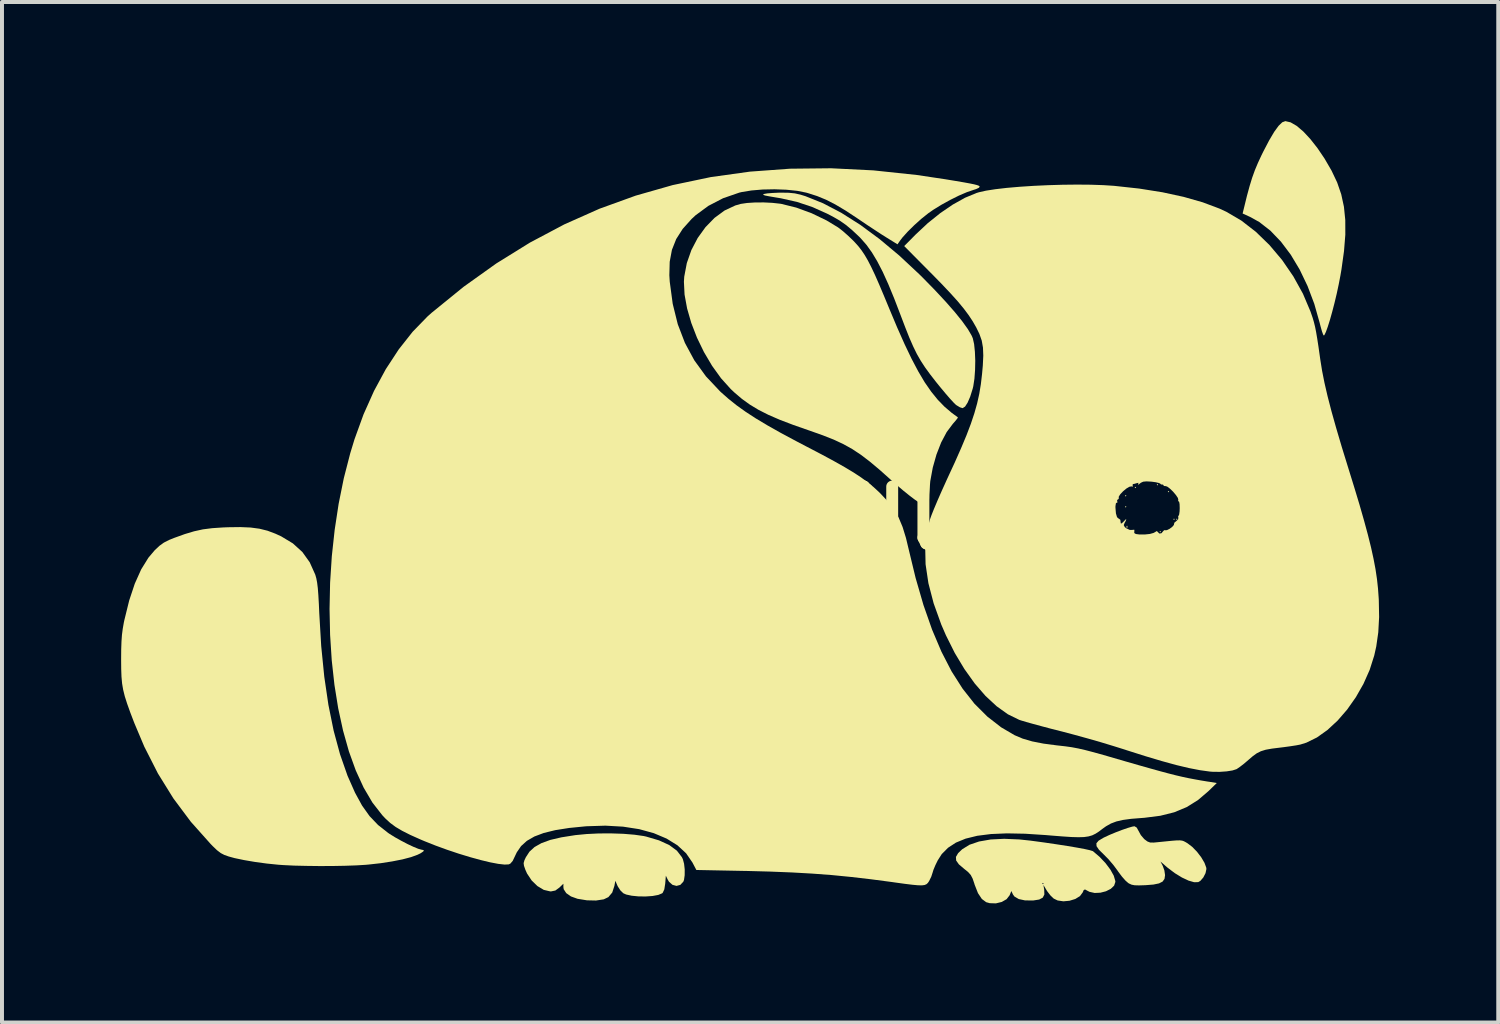
<source format=kicad_pcb>
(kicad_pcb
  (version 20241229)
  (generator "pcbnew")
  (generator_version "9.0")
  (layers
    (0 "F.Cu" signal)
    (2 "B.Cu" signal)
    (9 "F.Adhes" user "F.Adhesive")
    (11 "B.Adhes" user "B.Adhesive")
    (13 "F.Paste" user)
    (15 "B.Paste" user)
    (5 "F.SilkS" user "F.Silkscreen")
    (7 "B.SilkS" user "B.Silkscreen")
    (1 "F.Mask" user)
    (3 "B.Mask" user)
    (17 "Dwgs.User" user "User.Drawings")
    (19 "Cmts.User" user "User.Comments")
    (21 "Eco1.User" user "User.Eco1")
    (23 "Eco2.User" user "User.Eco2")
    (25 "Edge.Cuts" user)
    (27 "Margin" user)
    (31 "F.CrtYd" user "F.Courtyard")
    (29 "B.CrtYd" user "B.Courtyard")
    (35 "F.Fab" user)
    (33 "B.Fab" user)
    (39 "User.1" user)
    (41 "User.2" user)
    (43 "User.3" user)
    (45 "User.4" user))
  (footprint "chinchilla"
    (layer "F.Cu")
    (at 16.487 10.024)
    (property "Reference" "chinchilla" (at 0 0 0) (layer "F.SilkS") (effects (font (size 1.5 1.5) (thickness 0.3))))
    (attr board_only exclude_from_pos_files exclude_from_bom)
    (fp_poly (pts (xy 8.826 -0.591) (xy 8.808 -0.573) (xy 8.791 -0.591) (xy 8.808 -0.608)) (stroke (width 0) (type solid)) (fill yes) (layer "F.SilkS"))
    (fp_poly (pts (xy 8.826 -0.313) (xy 8.808 -0.295) (xy 8.791 -0.313) (xy 8.808 -0.33)) (stroke (width 0) (type solid)) (fill yes) (layer "F.SilkS"))
    (fp_poly (pts (xy 9.069 -0.799) (xy 9.052 -0.782) (xy 9.034 -0.799) (xy 9.052 -0.817)) (stroke (width 0) (type solid)) (fill yes) (layer "F.SilkS"))
    (fp_poly (pts (xy 9.625 -0.869) (xy 9.608 -0.851) (xy 9.59 -0.869) (xy 9.608 -0.886)) (stroke (width 0) (type solid)) (fill yes) (layer "F.SilkS"))
    (fp_poly (pts (xy 9.694 0.313) (xy 9.677 0.33) (xy 9.66 0.313) (xy 9.677 0.295)) (stroke (width 0) (type solid)) (fill yes) (layer "F.SilkS"))
    (fp_poly (pts (xy 9.903 -0.695) (xy 9.885 -0.678) (xy 9.868 -0.695) (xy 9.885 -0.712)) (stroke (width 0) (type solid)) (fill yes) (layer "F.SilkS"))
    (fp_poly (pts (xy 10.042 0) (xy 10.024 0.017) (xy 10.007 0) (xy 10.024 -0.017)) (stroke (width 0) (type solid)) (fill yes) (layer "F.SilkS"))
    (fp_poly (pts (xy 10.111 0) (xy 10.094 0.017) (xy 10.077 0) (xy 10.094 -0.017)) (stroke (width 0) (type solid)) (fill yes) (layer "F.SilkS"))
    (fp_poly (pts (xy 8.849 0.168) (xy 8.853 0.209) (xy 8.849 0.214) (xy 8.828 0.21) (xy 8.826 0.191) (xy 8.838 0.163)) (stroke (width 0) (type solid)) (fill yes) (layer "F.SilkS"))
    (fp_poly (pts (xy 12.961 -9.993) (xy 13.114 -9.904) (xy 13.281 -9.762) (xy 13.457 -9.573) (xy 13.637 -9.344) (xy 13.815 -9.081) (xy 13.984 -8.79) (xy 13.993 -8.774) (xy 14.132 -8.481) (xy 14.235 -8.182) (xy 14.303 -7.869) (xy 14.337 -7.533) (xy 14.338 -7.163) (xy 14.305 -6.752) (xy 14.241 -6.291) (xy 14.214 -6.133) (xy 14.171 -5.91) (xy 14.121 -5.677) (xy 14.065 -5.443) (xy 14.007 -5.22) (xy 13.95 -5.017) (xy 13.896 -4.846) (xy 13.849 -4.716) (xy 13.812 -4.639) (xy 13.798 -4.624) (xy 13.78 -4.648) (xy 13.751 -4.727) (xy 13.717 -4.847) (xy 13.692 -4.945) (xy 13.557 -5.422) (xy 13.387 -5.872) (xy 13.188 -6.287) (xy 12.963 -6.662) (xy 12.716 -6.99) (xy 12.451 -7.266) (xy 12.171 -7.484) (xy 11.942 -7.611) (xy 11.752 -7.698) (xy 11.788 -7.845) (xy 11.861 -8.143) (xy 11.928 -8.389) (xy 11.992 -8.598) (xy 12.06 -8.787) (xy 12.137 -8.971) (xy 12.228 -9.167) (xy 12.274 -9.26) (xy 12.42 -9.539) (xy 12.547 -9.754) (xy 12.657 -9.905) (xy 12.75 -9.995) (xy 12.828 -10.024) (xy 12.829 -10.024)) (stroke (width 0) (type solid)) (fill yes) (layer "F.SilkS"))
    (fp_poly (pts (xy 9.085 7.764) (xy 9.133 7.851) (xy 9.19 7.955) (xy 9.273 8.052) (xy 9.286 8.063) (xy 9.356 8.115) (xy 9.422 8.14) (xy 9.51 8.142) (xy 9.597 8.134) (xy 9.816 8.112) (xy 9.977 8.096) (xy 10.092 8.087) (xy 10.172 8.086) (xy 10.229 8.093) (xy 10.273 8.108) (xy 10.318 8.132) (xy 10.362 8.158) (xy 10.482 8.249) (xy 10.603 8.373) (xy 10.71 8.513) (xy 10.792 8.652) (xy 10.836 8.772) (xy 10.84 8.808) (xy 10.818 8.912) (xy 10.762 9.021) (xy 10.688 9.106) (xy 10.634 9.138) (xy 10.53 9.14) (xy 10.389 9.099) (xy 10.223 9.021) (xy 10.045 8.912) (xy 9.866 8.777) (xy 9.817 8.735) (xy 9.684 8.619) (xy 9.741 8.729) (xy 9.782 8.844) (xy 9.799 8.962) (xy 9.785 9.056) (xy 9.737 9.124) (xy 9.647 9.17) (xy 9.506 9.199) (xy 9.304 9.215) (xy 9.302 9.215) (xy 9.142 9.22) (xy 9.033 9.217) (xy 8.956 9.202) (xy 8.893 9.173) (xy 8.874 9.162) (xy 8.803 9.1) (xy 8.714 8.999) (xy 8.623 8.878) (xy 8.608 8.855) (xy 8.501 8.711) (xy 8.374 8.561) (xy 8.255 8.441) (xy 8.135 8.323) (xy 8.074 8.233) (xy 8.07 8.16) (xy 8.125 8.095) (xy 8.238 8.026) (xy 8.261 8.014) (xy 8.398 7.95) (xy 8.554 7.885) (xy 8.713 7.824) (xy 8.858 7.774) (xy 8.971 7.741) (xy 9.029 7.731)) (stroke (width 0) (type solid)) (fill yes) (layer "F.SilkS"))
    (fp_poly (pts (xy -3.84 7.921) (xy -3.562 7.944) (xy -3.33 7.977) (xy -3.266 7.991) (xy -2.944 8.086) (xy -2.686 8.204) (xy -2.493 8.346) (xy -2.367 8.51) (xy -2.343 8.559) (xy -2.312 8.675) (xy -2.296 8.819) (xy -2.297 8.964) (xy -2.314 9.083) (xy -2.33 9.125) (xy -2.406 9.207) (xy -2.503 9.233) (xy -2.604 9.206) (xy -2.692 9.128) (xy -2.721 9.079) (xy -2.771 8.976) (xy -2.787 9.175) (xy -2.81 9.321) (xy -2.85 9.406) (xy -2.865 9.42) (xy -2.961 9.46) (xy -3.106 9.487) (xy -3.279 9.499) (xy -3.46 9.497) (xy -3.631 9.48) (xy -3.77 9.45) (xy -3.842 9.418) (xy -3.916 9.346) (xy -3.98 9.247) (xy -3.988 9.231) (xy -4.043 9.104) (xy -4.066 9.231) (xy -4.121 9.4) (xy -4.218 9.515) (xy -4.334 9.571) (xy -4.529 9.601) (xy -4.757 9.596) (xy -4.991 9.558) (xy -4.996 9.557) (xy -5.16 9.498) (xy -5.279 9.415) (xy -5.343 9.317) (xy -5.351 9.265) (xy -5.351 9.178) (xy -5.454 9.277) (xy -5.553 9.349) (xy -5.659 9.371) (xy -5.683 9.371) (xy -5.845 9.333) (xy -6.005 9.237) (xy -6.15 9.096) (xy -6.266 8.921) (xy -6.308 8.827) (xy -6.343 8.727) (xy -6.352 8.659) (xy -6.332 8.588) (xy -6.296 8.511) (xy -6.205 8.371) (xy -6.076 8.253) (xy -5.903 8.156) (xy -5.681 8.075) (xy -5.402 8.01) (xy -5.06 7.956) (xy -5.047 7.954) (xy -4.766 7.927) (xy -4.46 7.912) (xy -4.145 7.911)) (stroke (width 0) (type solid)) (fill yes) (layer "F.SilkS"))
    (fp_poly (pts (xy 0.325 -8.22) (xy 0.475 -8.205) (xy 0.618 -8.173) (xy 0.747 -8.133) (xy 1.187 -7.956) (xy 1.646 -7.716) (xy 2.121 -7.415) (xy 2.609 -7.055) (xy 3.107 -6.639) (xy 3.611 -6.168) (xy 3.7 -6.08) (xy 4.004 -5.769) (xy 4.273 -5.48) (xy 4.504 -5.217) (xy 4.692 -4.984) (xy 4.834 -4.786) (xy 4.928 -4.625) (xy 4.958 -4.556) (xy 4.991 -4.409) (xy 5.011 -4.215) (xy 5.02 -3.992) (xy 5.015 -3.759) (xy 4.999 -3.538) (xy 4.97 -3.348) (xy 4.955 -3.286) (xy 4.893 -3.088) (xy 4.827 -2.935) (xy 4.763 -2.836) (xy 4.704 -2.798) (xy 4.699 -2.798) (xy 4.634 -2.818) (xy 4.549 -2.869) (xy 4.529 -2.884) (xy 4.472 -2.94) (xy 4.381 -3.039) (xy 4.267 -3.171) (xy 4.138 -3.326) (xy 4.031 -3.458) (xy 3.882 -3.65) (xy 3.756 -3.823) (xy 3.648 -3.989) (xy 3.55 -4.16) (xy 3.457 -4.35) (xy 3.361 -4.569) (xy 3.257 -4.831) (xy 3.145 -5.125) (xy 2.981 -5.553) (xy 2.83 -5.919) (xy 2.688 -6.232) (xy 2.551 -6.496) (xy 2.417 -6.719) (xy 2.281 -6.908) (xy 2.14 -7.069) (xy 2.096 -7.114) (xy 1.918 -7.281) (xy 1.762 -7.411) (xy 1.607 -7.519) (xy 1.429 -7.622) (xy 1.286 -7.696) (xy 0.91 -7.864) (xy 0.531 -7.99) (xy 0.121 -8.082) (xy -0.000118 -8.102) (xy -0.165 -8.13) (xy -0.269 -8.15) (xy -0.317 -8.167) (xy -0.318 -8.181) (xy -0.29 -8.192) (xy -0.212 -8.205) (xy -0.086 -8.215) (xy 0.066 -8.222) (xy 0.139 -8.223)) (stroke (width 0) (type solid)) (fill yes) (layer "F.SilkS"))
    (fp_poly (pts (xy 6.129 8.063) (xy 6.411 8.093) (xy 6.751 8.139) (xy 7.064 8.185) (xy 7.341 8.228) (xy 7.578 8.268) (xy 7.767 8.303) (xy 7.903 8.333) (xy 7.977 8.356) (xy 7.986 8.361) (xy 8.152 8.503) (xy 8.301 8.661) (xy 8.423 8.824) (xy 8.508 8.977) (xy 8.546 9.108) (xy 8.548 9.132) (xy 8.516 9.227) (xy 8.432 9.307) (xy 8.311 9.368) (xy 8.171 9.404) (xy 8.027 9.411) (xy 7.896 9.382) (xy 7.842 9.354) (xy 7.783 9.322) (xy 7.75 9.339) (xy 7.726 9.396) (xy 7.656 9.49) (xy 7.539 9.562) (xy 7.393 9.607) (xy 7.239 9.621) (xy 7.095 9.6) (xy 6.995 9.552) (xy 6.914 9.474) (xy 6.834 9.371) (xy 6.817 9.344) (xy 6.736 9.208) (xy 6.756 9.331) (xy 6.76 9.449) (xy 6.72 9.528) (xy 6.63 9.576) (xy 6.48 9.6) (xy 6.471 9.6) (xy 6.273 9.598) (xy 6.115 9.564) (xy 6.006 9.5) (xy 5.968 9.447) (xy 5.929 9.362) (xy 5.885 9.469) (xy 5.809 9.567) (xy 5.687 9.637) (xy 5.539 9.673) (xy 5.385 9.668) (xy 5.295 9.643) (xy 5.186 9.562) (xy 5.088 9.415) (xy 5.004 9.201) (xy 4.999 9.183) (xy 4.996 9.173) (xy 6.706 9.173) (xy 6.724 9.191) (xy 6.741 9.173) (xy 6.724 9.156) (xy 6.706 9.173) (xy 4.996 9.173) (xy 4.954 9.05) (xy 4.907 8.959) (xy 4.841 8.885) (xy 4.74 8.803) (xy 4.608 8.691) (xy 4.539 8.594) (xy 4.533 8.503) (xy 4.588 8.409) (xy 4.69 8.311) (xy 4.874 8.197) (xy 5.115 8.115) (xy 5.408 8.064) (xy 5.748 8.047)) (stroke (width 0) (type solid)) (fill yes) (layer "F.SilkS"))
    (fp_poly (pts (xy -0.085 -7.966) (xy 0.105 -7.945) (xy 0.137 -7.94) (xy 0.512 -7.847) (xy 0.899 -7.705) (xy 1.273 -7.525) (xy 1.564 -7.349) (xy 1.677 -7.262) (xy 1.812 -7.144) (xy 1.946 -7.016) (xy 1.99 -6.97) (xy 2.077 -6.873) (xy 2.157 -6.77) (xy 2.235 -6.654) (xy 2.315 -6.517) (xy 2.4 -6.352) (xy 2.495 -6.151) (xy 2.602 -5.907) (xy 2.727 -5.611) (xy 2.849 -5.316) (xy 3.052 -4.832) (xy 3.24 -4.409) (xy 3.416 -4.041) (xy 3.584 -3.723) (xy 3.747 -3.448) (xy 3.91 -3.213) (xy 4.075 -3.009) (xy 4.246 -2.833) (xy 4.428 -2.678) (xy 4.583 -2.565) (xy 4.569 -2.537) (xy 4.518 -2.473) (xy 4.455 -2.401) (xy 4.3 -2.194) (xy 4.161 -1.932) (xy 4.043 -1.629) (xy 3.95 -1.3) (xy 3.887 -0.958) (xy 3.859 -0.616) (xy 3.857 -0.53) (xy 3.851 -0.417) (xy 3.83 -0.352) (xy 3.783 -0.333) (xy 3.704 -0.36) (xy 3.585 -0.433) (xy 3.489 -0.5) (xy 3.369 -0.591) (xy 3.217 -0.713) (xy 3.053 -0.852) (xy 2.896 -0.991) (xy 2.891 -0.995) (xy 2.611 -1.245) (xy 2.364 -1.452) (xy 2.138 -1.624) (xy 1.92 -1.768) (xy 1.697 -1.892) (xy 1.455 -2.005) (xy 1.181 -2.113) (xy 0.863 -2.226) (xy 0.833 -2.236) (xy 0.436 -2.375) (xy 0.098 -2.504) (xy -0.19 -2.629) (xy -0.439 -2.755) (xy -0.657 -2.887) (xy -0.854 -3.029) (xy -1.039 -3.186) (xy -1.136 -3.277) (xy -1.381 -3.549) (xy -1.607 -3.863) (xy -1.811 -4.208) (xy -1.987 -4.571) (xy -2.13 -4.941) (xy -2.236 -5.307) (xy -2.3 -5.657) (xy -2.316 -5.979) (xy -2.308 -6.107) (xy -2.243 -6.45) (xy -2.128 -6.778) (xy -1.969 -7.082) (xy -1.772 -7.355) (xy -1.545 -7.588) (xy -1.293 -7.773) (xy -1.023 -7.9) (xy -0.884 -7.94) (xy -0.727 -7.963) (xy -0.526 -7.976) (xy -0.304 -7.977)) (stroke (width 0) (type solid)) (fill yes) (layer "F.SilkS"))
    (fp_poly (pts (xy -13.226 0.209) (xy -13.004 0.239) (xy -12.802 0.289) (xy -12.603 0.364) (xy -12.457 0.431) (xy -12.162 0.609) (xy -11.924 0.825) (xy -11.739 1.083) (xy -11.601 1.39) (xy -11.596 1.404) (xy -11.572 1.489) (xy -11.552 1.595) (xy -11.535 1.731) (xy -11.521 1.909) (xy -11.508 2.137) (xy -11.498 2.363) (xy -11.449 3.194) (xy -11.372 3.964) (xy -11.268 4.673) (xy -11.136 5.324) (xy -10.975 5.919) (xy -10.786 6.46) (xy -10.597 6.887) (xy -10.421 7.209) (xy -10.232 7.475) (xy -10.017 7.7) (xy -9.765 7.898) (xy -9.727 7.924) (xy -9.59 8.009) (xy -9.434 8.096) (xy -9.275 8.179) (xy -9.126 8.249) (xy -9.004 8.299) (xy -8.924 8.321) (xy -8.915 8.322) (xy -8.865 8.333) (xy -8.877 8.364) (xy -8.948 8.412) (xy -9.026 8.45) (xy -9.186 8.508) (xy -9.402 8.565) (xy -9.661 8.616) (xy -9.949 8.661) (xy -10.253 8.695) (xy -10.33 8.702) (xy -10.563 8.716) (xy -10.847 8.726) (xy -11.164 8.732) (xy -11.495 8.733) (xy -11.823 8.729) (xy -12.13 8.722) (xy -12.396 8.709) (xy -12.526 8.7) (xy -12.821 8.67) (xy -13.115 8.63) (xy -13.39 8.583) (xy -13.629 8.533) (xy -13.779 8.492) (xy -13.889 8.453) (xy -13.981 8.405) (xy -14.073 8.334) (xy -14.184 8.228) (xy -14.236 8.174) (xy -14.731 7.619) (xy -15.171 7.03) (xy -15.561 6.401) (xy -15.904 5.726) (xy -16.154 5.134) (xy -16.257 4.865) (xy -16.336 4.644) (xy -16.395 4.459) (xy -16.436 4.293) (xy -16.463 4.134) (xy -16.478 3.965) (xy -16.485 3.772) (xy -16.487 3.541) (xy -16.487 3.527) (xy -16.485 3.277) (xy -16.478 3.077) (xy -16.466 2.91) (xy -16.446 2.756) (xy -16.418 2.597) (xy -16.405 2.537) (xy -16.284 2.046) (xy -16.143 1.622) (xy -15.982 1.263) (xy -15.8 0.969) (xy -15.643 0.783) (xy -15.523 0.67) (xy -15.411 0.589) (xy -15.277 0.521) (xy -15.153 0.471) (xy -14.884 0.374) (xy -14.65 0.304) (xy -14.427 0.255) (xy -14.192 0.225) (xy -13.921 0.207) (xy -13.795 0.202) (xy -13.484 0.198)) (stroke (width 0) (type solid)) (fill yes) (layer "F.SilkS"))
    (fp_poly (pts (xy 2.454 -8.784) (xy 3.547 -8.668) (xy 4.256 -8.562) (xy 4.523 -8.518) (xy 4.728 -8.483) (xy 4.881 -8.455) (xy 4.989 -8.433) (xy 5.06 -8.415) (xy 5.103 -8.4) (xy 5.124 -8.385) (xy 5.132 -8.372) (xy 5.108 -8.344) (xy 5.036 -8.311) (xy 4.978 -8.293) (xy 4.813 -8.237) (xy 4.61 -8.15) (xy 4.389 -8.04) (xy 4.168 -7.918) (xy 3.965 -7.793) (xy 3.837 -7.704) (xy 3.662 -7.564) (xy 3.484 -7.404) (xy 3.319 -7.241) (xy 3.184 -7.091) (xy 3.119 -7.005) (xy 3.062 -6.922) (xy 2.79 -7.09) (xy 2.664 -7.169) (xy 2.499 -7.277) (xy 2.312 -7.4) (xy 2.122 -7.528) (xy 2.04 -7.584) (xy 1.751 -7.774) (xy 1.497 -7.925) (xy 1.265 -8.044) (xy 1.039 -8.137) (xy 0.805 -8.212) (xy 0.762 -8.224) (xy 0.536 -8.269) (xy 0.263 -8.297) (xy -0.034 -8.308) (xy -0.334 -8.302) (xy -0.617 -8.278) (xy -0.861 -8.238) (xy -0.921 -8.224) (xy -1.331 -8.082) (xy -1.701 -7.89) (xy -2.024 -7.652) (xy -2.123 -7.56) (xy -2.347 -7.31) (xy -2.51 -7.055) (xy -2.618 -6.783) (xy -2.674 -6.483) (xy -2.683 -6.143) (xy -2.673 -5.981) (xy -2.598 -5.423) (xy -2.471 -4.91) (xy -2.29 -4.438) (xy -2.054 -4.001) (xy -1.761 -3.597) (xy -1.408 -3.222) (xy -1.377 -3.193) (xy -1.19 -3.028) (xy -0.988 -2.867) (xy -0.763 -2.706) (xy -0.508 -2.54) (xy -0.216 -2.365) (xy 0.121 -2.175) (xy 0.511 -1.966) (xy 0.782 -1.824) (xy 1.152 -1.631) (xy 1.465 -1.462) (xy 1.731 -1.312) (xy 1.956 -1.177) (xy 2.147 -1.051) (xy 2.312 -0.93) (xy 2.459 -0.81) (xy 2.594 -0.685) (xy 2.634 -0.646) (xy 2.822 -0.444) (xy 2.972 -0.247) (xy 3.092 -0.039) (xy 3.19 0.195) (xy 3.275 0.471) (xy 3.337 0.73) (xy 3.518 1.479) (xy 3.716 2.162) (xy 3.933 2.781) (xy 4.169 3.337) (xy 4.425 3.833) (xy 4.703 4.269) (xy 5.002 4.648) (xy 5.325 4.97) (xy 5.671 5.239) (xy 6.01 5.438) (xy 6.213 5.524) (xy 6.452 5.594) (xy 6.737 5.65) (xy 7.079 5.695) (xy 7.108 5.698) (xy 7.286 5.718) (xy 7.449 5.741) (xy 7.613 5.772) (xy 7.791 5.813) (xy 7.998 5.867) (xy 8.25 5.937) (xy 8.394 5.979) (xy 8.793 6.095) (xy 9.134 6.193) (xy 9.424 6.275) (xy 9.672 6.344) (xy 9.884 6.401) (xy 10.069 6.448) (xy 10.236 6.487) (xy 10.391 6.52) (xy 10.543 6.549) (xy 10.699 6.577) (xy 10.868 6.605) (xy 10.911 6.611) (xy 11.102 6.642) (xy 10.89 6.848) (xy 10.626 7.073) (xy 10.343 7.249) (xy 10.03 7.379) (xy 9.678 7.467) (xy 9.277 7.518) (xy 9.208 7.523) (xy 8.946 7.544) (xy 8.739 7.572) (xy 8.574 7.61) (xy 8.436 7.662) (xy 8.312 7.732) (xy 8.224 7.795) (xy 8.132 7.865) (xy 8.048 7.919) (xy 7.964 7.96) (xy 7.87 7.987) (xy 7.758 8.003) (xy 7.618 8.007) (xy 7.44 8.002) (xy 7.215 7.987) (xy 6.935 7.965) (xy 6.795 7.953) (xy 6.274 7.919) (xy 5.816 7.91) (xy 5.416 7.927) (xy 5.07 7.971) (xy 4.777 8.043) (xy 4.533 8.143) (xy 4.334 8.273) (xy 4.176 8.432) (xy 4.075 8.59) (xy 4.015 8.713) (xy 3.967 8.828) (xy 3.946 8.897) (xy 3.912 9.001) (xy 3.859 9.109) (xy 3.856 9.114) (xy 3.827 9.157) (xy 3.793 9.189) (xy 3.746 9.21) (xy 3.677 9.219) (xy 3.576 9.217) (xy 3.436 9.204) (xy 3.248 9.181) (xy 3.002 9.147) (xy 2.919 9.135) (xy 2.395 9.066) (xy 1.896 9.008) (xy 1.408 8.96) (xy 0.914 8.923) (xy 0.399 8.894) (xy -0.152 8.872) (xy -0.755 8.856) (xy -0.837 8.855) (xy -2.003 8.832) (xy -2.101 8.645) (xy -2.261 8.412) (xy -2.48 8.21) (xy -2.753 8.041) (xy -3.075 7.905) (xy -3.442 7.804) (xy -3.849 7.741) (xy -4.292 7.716) (xy -4.765 7.731) (xy -4.795 7.733) (xy -5.207 7.774) (xy -5.555 7.829) (xy -5.845 7.9) (xy -6.081 7.989) (xy -6.27 8.098) (xy -6.416 8.23) (xy -6.524 8.387) (xy -6.568 8.479) (xy -6.628 8.605) (xy -6.687 8.672) (xy -6.727 8.691) (xy -6.832 8.696) (xy -6.991 8.678) (xy -7.196 8.639) (xy -7.437 8.581) (xy -7.705 8.507) (xy -7.99 8.42) (xy -8.282 8.322) (xy -8.573 8.216) (xy -8.852 8.105) (xy -8.949 8.064) (xy -9.206 7.949) (xy -9.41 7.846) (xy -9.574 7.749) (xy -9.712 7.647) (xy -9.835 7.534) (xy -9.912 7.452) (xy -10.159 7.135) (xy -10.381 6.757) (xy -10.579 6.325) (xy -10.752 5.845) (xy -10.899 5.322) (xy -11.021 4.762) (xy -11.116 4.17) (xy -11.184 3.552) (xy -11.225 2.914) (xy -11.239 2.26) (xy -11.225 1.598) (xy -11.182 0.932) (xy -11.11 0.268) (xy -11.01 -0.389) (xy -10.88 -1.032) (xy -10.719 -1.657) (xy -10.61 -2.015) (xy -10.383 -2.641) (xy -10.119 -3.231) (xy -9.823 -3.778) (xy -9.497 -4.276) (xy -9.146 -4.721) (xy -8.773 -5.105) (xy -8.67 -5.197) (xy -7.864 -5.852) (xy -7.039 -6.441) (xy -6.194 -6.965) (xy -5.328 -7.424) (xy -4.44 -7.819) (xy -3.53 -8.148) (xy -2.597 -8.414) (xy -1.639 -8.615) (xy -0.656 -8.752) (xy 0.353 -8.826) (xy 1.39 -8.837)) (stroke (width 0) (type solid)) (fill yes) (layer "F.SilkS"))
    (fp_poly (pts (xy 7.929 -8.423) (xy 8.249 -8.412) (xy 8.513 -8.395) (xy 9.146 -8.326) (xy 9.732 -8.233) (xy 10.267 -8.117) (xy 10.747 -7.98) (xy 11.168 -7.822) (xy 11.345 -7.74) (xy 11.721 -7.519) (xy 12.085 -7.237) (xy 12.429 -6.903) (xy 12.747 -6.526) (xy 13.029 -6.115) (xy 13.271 -5.678) (xy 13.463 -5.225) (xy 13.473 -5.195) (xy 13.513 -5.079) (xy 13.546 -4.968) (xy 13.575 -4.852) (xy 13.602 -4.716) (xy 13.63 -4.551) (xy 13.662 -4.344) (xy 13.699 -4.082) (xy 13.709 -4.013) (xy 13.753 -3.738) (xy 13.813 -3.435) (xy 13.891 -3.098) (xy 13.989 -2.72) (xy 14.108 -2.296) (xy 14.249 -1.819) (xy 14.403 -1.32) (xy 14.56 -0.813) (xy 14.696 -0.363) (xy 14.81 0.036) (xy 14.906 0.39) (xy 14.985 0.707) (xy 15.048 0.994) (xy 15.098 1.258) (xy 15.135 1.506) (xy 15.161 1.745) (xy 15.178 1.982) (xy 15.181 2.033) (xy 15.189 2.462) (xy 15.168 2.847) (xy 15.117 3.204) (xy 15.066 3.432) (xy 14.951 3.794) (xy 14.794 4.147) (xy 14.603 4.482) (xy 14.384 4.793) (xy 14.144 5.07) (xy 13.888 5.307) (xy 13.624 5.495) (xy 13.358 5.626) (xy 13.204 5.674) (xy 13.1 5.694) (xy 12.951 5.717) (xy 12.783 5.74) (xy 12.7 5.75) (xy 12.491 5.776) (xy 12.334 5.804) (xy 12.212 5.842) (xy 12.108 5.894) (xy 12.005 5.969) (xy 11.907 6.053) (xy 11.794 6.15) (xy 11.687 6.233) (xy 11.607 6.288) (xy 11.596 6.294) (xy 11.496 6.326) (xy 11.35 6.349) (xy 11.179 6.361) (xy 11.007 6.36) (xy 10.928 6.354) (xy 10.682 6.32) (xy 10.402 6.266) (xy 10.083 6.19) (xy 9.719 6.09) (xy 9.303 5.966) (xy 8.83 5.816) (xy 8.789 5.802) (xy 8.508 5.714) (xy 8.185 5.616) (xy 7.843 5.518) (xy 7.509 5.426) (xy 7.207 5.346) (xy 7.167 5.336) (xy 6.922 5.274) (xy 6.689 5.212) (xy 6.479 5.155) (xy 6.304 5.106) (xy 6.177 5.068) (xy 6.126 5.051) (xy 5.842 4.912) (xy 5.558 4.709) (xy 5.277 4.448) (xy 5.005 4.134) (xy 4.746 3.771) (xy 4.503 3.366) (xy 4.282 2.924) (xy 4.164 2.652) (xy 3.972 2.118) (xy 3.84 1.611) (xy 3.769 1.134) (xy 3.759 0.687) (xy 3.809 0.271) (xy 3.875 0.017) (xy 3.918 -0.103) (xy 3.985 -0.271) (xy 3.993 -0.289) (xy 8.55 -0.289) (xy 8.562 -0.146) (xy 8.59 -0.051) (xy 8.631 -0.015) (xy 8.636 -0.014) (xy 8.67 0.011) (xy 8.674 0.026) (xy 8.683 0.095) (xy 8.684 0.104) (xy 8.706 0.106) (xy 8.753 0.062) (xy 8.757 0.057) (xy 8.809 0.003) (xy 8.824 0.005) (xy 8.799 0.062) (xy 8.782 0.09) (xy 8.759 0.148) (xy 8.784 0.196) (xy 8.817 0.225) (xy 8.911 0.27) (xy 8.97 0.269) (xy 9.024 0.264) (xy 9.027 0.297) (xy 9.025 0.305) (xy 9.023 0.347) (xy 9.063 0.372) (xy 9.153 0.384) (xy 9.301 0.383) (xy 9.416 0.371) (xy 9.51 0.345) (xy 9.541 0.328) (xy 9.591 0.298) (xy 9.616 0.32) (xy 9.616 0.321) (xy 9.656 0.361) (xy 9.71 0.352) (xy 9.743 0.311) (xy 9.777 0.275) (xy 9.799 0.278) (xy 9.846 0.275) (xy 9.914 0.241) (xy 9.98 0.192) (xy 10.022 0.144) (xy 10.024 0.121) (xy 10.036 0.084) (xy 10.078 0.051) (xy 10.129 0.002) (xy 10.133 -0.037) (xy 10.129 -0.081) (xy 10.14 -0.087) (xy 10.154 -0.118) (xy 10.165 -0.199) (xy 10.168 -0.277) (xy 10.165 -0.378) (xy 10.154 -0.439) (xy 10.142 -0.449) (xy 10.126 -0.458) (xy 10.133 -0.485) (xy 10.122 -0.535) (xy 10.072 -0.61) (xy 10.001 -0.694) (xy 9.922 -0.77) (xy 9.851 -0.823) (xy 9.803 -0.836) (xy 9.8 -0.835) (xy 9.767 -0.837) (xy 9.764 -0.851) (xy 9.744 -0.875) (xy 9.732 -0.871) (xy 9.694 -0.877) (xy 9.688 -0.888) (xy 9.649 -0.911) (xy 9.561 -0.932) (xy 9.458 -0.946) (xy 9.33 -0.953) (xy 9.248 -0.945) (xy 9.189 -0.918) (xy 9.167 -0.9) (xy 9.123 -0.868) (xy 9.119 -0.88) (xy 9.121 -0.883) (xy 9.13 -0.917) (xy 9.089 -0.909) (xy 9.02 -0.889) (xy 8.995 -0.886) (xy 8.978 -0.864) (xy 8.986 -0.845) (xy 8.987 -0.819) (xy 8.953 -0.827) (xy 8.9 -0.817) (xy 8.824 -0.772) (xy 8.743 -0.705) (xy 8.674 -0.632) (xy 8.634 -0.57) (xy 8.633 -0.541) (xy 8.631 -0.507) (xy 8.616 -0.504) (xy 8.591 -0.479) (xy 8.596 -0.45) (xy 8.598 -0.414) (xy 8.582 -0.417) (xy 8.561 -0.401) (xy 8.55 -0.327) (xy 8.55 -0.289) (xy 3.993 -0.289) (xy 4.071 -0.474) (xy 4.169 -0.698) (xy 4.273 -0.928) (xy 4.309 -1.008) (xy 4.502 -1.425) (xy 4.664 -1.791) (xy 4.799 -2.114) (xy 4.909 -2.403) (xy 4.997 -2.667) (xy 5.067 -2.915) (xy 5.121 -3.157) (xy 5.161 -3.401) (xy 5.191 -3.657) (xy 5.21 -3.868) (xy 5.222 -4.119) (xy 5.214 -4.322) (xy 5.183 -4.498) (xy 5.124 -4.666) (xy 5.044 -4.83) (xy 4.955 -4.985) (xy 4.852 -5.141) (xy 4.729 -5.305) (xy 4.58 -5.485) (xy 4.397 -5.688) (xy 4.175 -5.923) (xy 3.908 -6.196) (xy 3.902 -6.201) (xy 3.231 -6.878) (xy 3.518 -7.168) (xy 3.822 -7.453) (xy 4.138 -7.707) (xy 4.455 -7.923) (xy 4.763 -8.095) (xy 5.05 -8.214) (xy 5.112 -8.233) (xy 5.29 -8.273) (xy 5.528 -8.31) (xy 5.813 -8.343) (xy 6.136 -8.371) (xy 6.485 -8.394) (xy 6.849 -8.411) (xy 7.219 -8.422) (xy 7.582 -8.426)) (stroke (width 0) (type solid)) (fill yes) (layer "F.SilkS")))
  (gr_rect
    (start -3 -3)
    (end 34.676 22.697)
    (stroke (width 0.1) (type default))
    (fill no)
    (layer "Edge.Cuts")))
</source>
